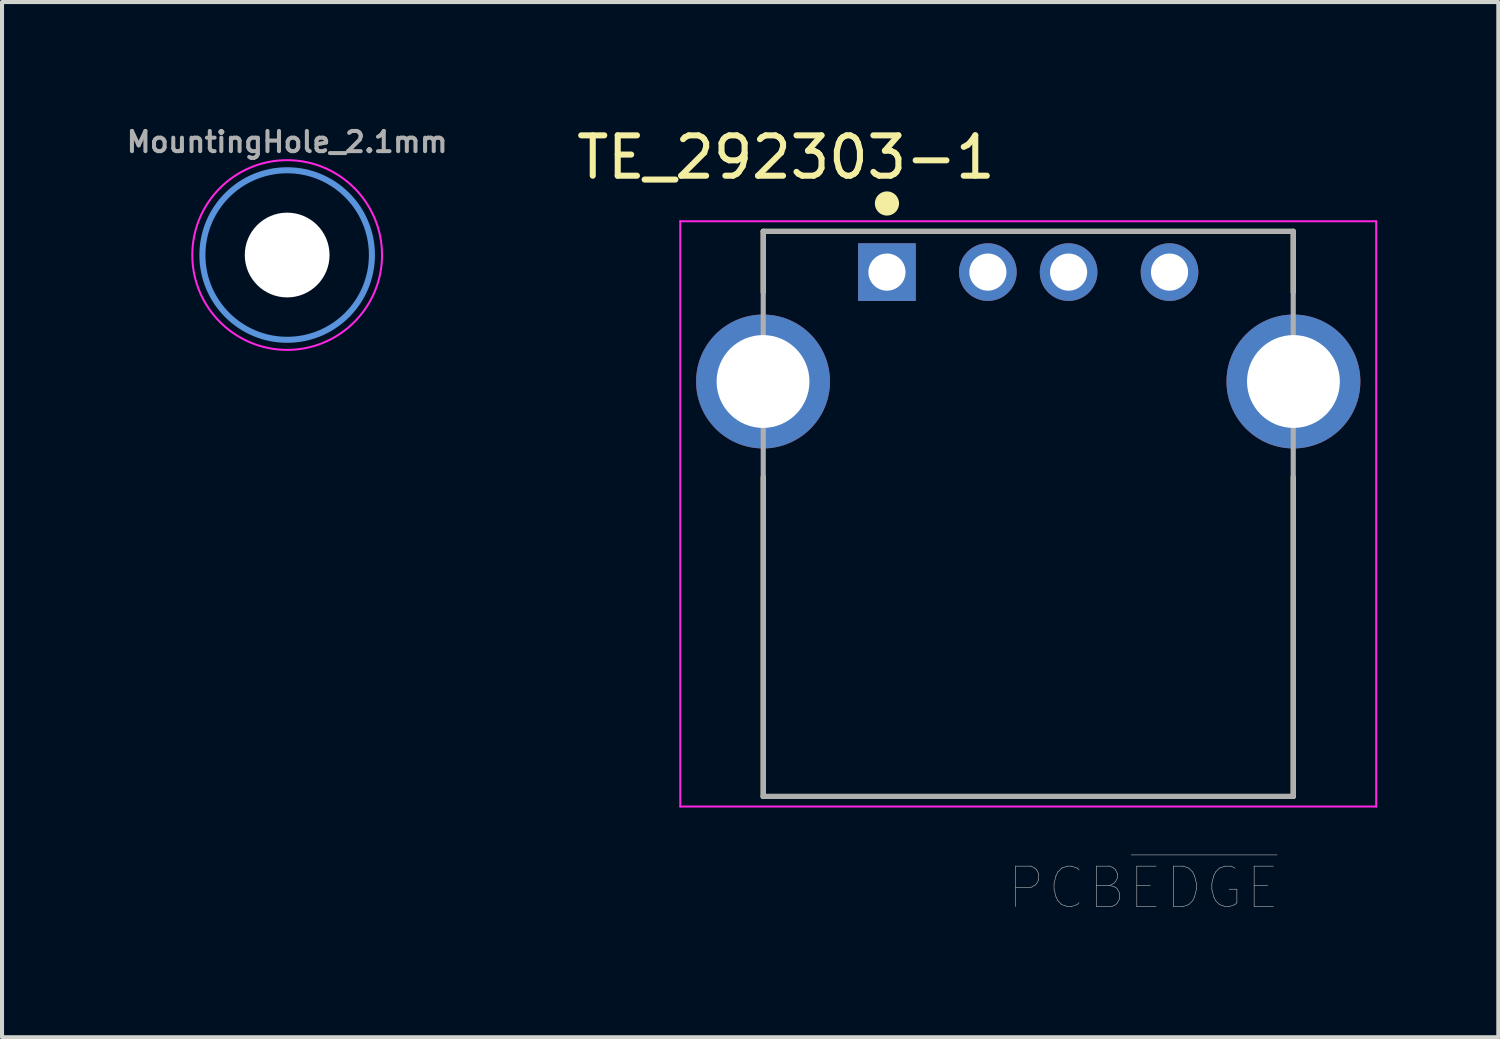
<source format=kicad_pcb>
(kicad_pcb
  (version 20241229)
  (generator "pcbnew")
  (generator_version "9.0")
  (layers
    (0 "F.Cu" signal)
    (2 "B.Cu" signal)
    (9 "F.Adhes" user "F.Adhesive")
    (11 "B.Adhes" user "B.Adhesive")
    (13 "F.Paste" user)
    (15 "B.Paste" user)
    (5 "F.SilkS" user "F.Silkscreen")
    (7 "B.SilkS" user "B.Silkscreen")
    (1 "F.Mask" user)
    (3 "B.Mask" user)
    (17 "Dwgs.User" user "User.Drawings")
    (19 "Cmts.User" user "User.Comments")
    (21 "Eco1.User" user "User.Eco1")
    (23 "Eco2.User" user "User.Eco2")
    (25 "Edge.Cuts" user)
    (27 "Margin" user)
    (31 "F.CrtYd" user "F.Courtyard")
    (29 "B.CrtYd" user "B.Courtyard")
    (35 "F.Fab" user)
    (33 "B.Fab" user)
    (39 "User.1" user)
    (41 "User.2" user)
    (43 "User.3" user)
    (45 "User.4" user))
  (footprint "MountingHole_2.1mm"
    (layer "F.Cu")
    (at 4.064 3.268)
    (property "Reference" "MountingHole_2.1mm" (at 0 -2.8 0) (layer "F.Fab") (effects (font (size 0.5 0.5) (thickness 0.1))))
    (attr exclude_from_pos_files exclude_from_bom)
    (fp_circle (center 0 0) (end 2.1 0) (stroke (width 0.15) (type solid)) (fill no) (layer "Cmts.User"))
    (fp_circle (center 0 0) (end 2.35 0) (stroke (width 0.05) (type solid)) (fill no) (layer "F.CrtYd"))
    (pad "" np_thru_hole circle (at 0 0) (size 2.1 2.1) (drill 2.1) (layers "*.Cu" "*.Mask")))
  (footprint "TE_292303-1"
    (layer "F.Cu")
    (at 22.423 3.691)
    (property "Reference" "TE_292303-1" (at -6.003 -2.843 0) (layer "F.SilkS") (effects (font (size 1 1) (thickness 0.15))))
    (attr through_hole)
    (fp_line (start -6.565 -1.01) (end 6.565 -1.01) (stroke (width 0.127) (type solid)) (layer "F.SilkS"))
    (fp_line (start -6.565 0.5) (end -6.565 -1.01) (stroke (width 0.127) (type solid)) (layer "F.SilkS"))
    (fp_line (start -6.565 12.99) (end -6.565 5.08) (stroke (width 0.127) (type solid)) (layer "F.SilkS"))
    (fp_line (start 6.565 -1.01) (end 6.565 0.5) (stroke (width 0.127) (type solid)) (layer "F.SilkS"))
    (fp_line (start 6.565 5.08) (end 6.565 12.99) (stroke (width 0.127) (type solid)) (layer "F.SilkS"))
    (fp_line (start 6.565 12.99) (end -6.565 12.99) (stroke (width 0.127) (type solid)) (layer "F.SilkS"))
    (fp_circle (center -3.5 -1.7) (end -3.35 -1.7) (stroke (width 0.3) (type solid)) (fill no) (layer "F.SilkS"))
    (fp_line (start -8.62 -1.26) (end 8.62 -1.26) (stroke (width 0.05) (type solid)) (layer "F.CrtYd"))
    (fp_line (start -8.62 13.24) (end -8.62 -1.26) (stroke (width 0.05) (type solid)) (layer "F.CrtYd"))
    (fp_line (start 8.62 -1.26) (end 8.62 13.24) (stroke (width 0.05) (type solid)) (layer "F.CrtYd"))
    (fp_line (start 8.62 13.24) (end -8.62 13.24) (stroke (width 0.05) (type solid)) (layer "F.CrtYd"))
    (fp_line (start -6.565 -1.01) (end -6.565 12.99) (stroke (width 0.127) (type solid)) (layer "F.Fab"))
    (fp_line (start -6.565 12.99) (end 6.565 12.99) (stroke (width 0.127) (type solid)) (layer "F.Fab"))
    (fp_line (start 6.565 -1.01) (end -6.565 -1.01) (stroke (width 0.127) (type solid)) (layer "F.Fab"))
    (fp_line (start 6.565 12.99) (end 6.565 -1.01) (stroke (width 0.127) (type solid)) (layer "F.Fab"))
    (fp_circle (center -3.5 0) (end -3.35 0) (stroke (width 0.3) (type solid)) (fill no) (layer "F.Fab"))
    (fp_text user "PCB~{EDGE}" (at 2.856 15.255 0) (layer "F.Fab") (effects (font (size 1.001 1.001) (thickness 0.015))))
    (pad "1" thru_hole rect (at -3.5 0) (size 1.428 1.428) (drill 0.92) (layers "*.Cu" "*.Mask"))
    (pad "2" thru_hole circle (at -1 0) (size 1.428 1.428) (drill 0.92) (layers "*.Cu" "*.Mask"))
    (pad "3" thru_hole circle (at 1 0) (size 1.428 1.428) (drill 0.92) (layers "*.Cu" "*.Mask"))
    (pad "4" thru_hole circle (at 3.5 0) (size 1.428 1.428) (drill 0.92) (layers "*.Cu" "*.Mask"))
    (pad "5" thru_hole circle (at -6.57 2.71) (size 3.316 3.316) (drill 2.3) (layers "*.Cu" "*.Mask"))
    (pad "5" thru_hole circle (at 6.57 2.71) (size 3.316 3.316) (drill 2.3) (layers "*.Cu" "*.Mask")))
  (gr_rect
    (start -3 -3)
    (end 34.068 22.645)
    (stroke (width 0.1) (type default))
    (fill no)
    (layer "Edge.Cuts")))
</source>
